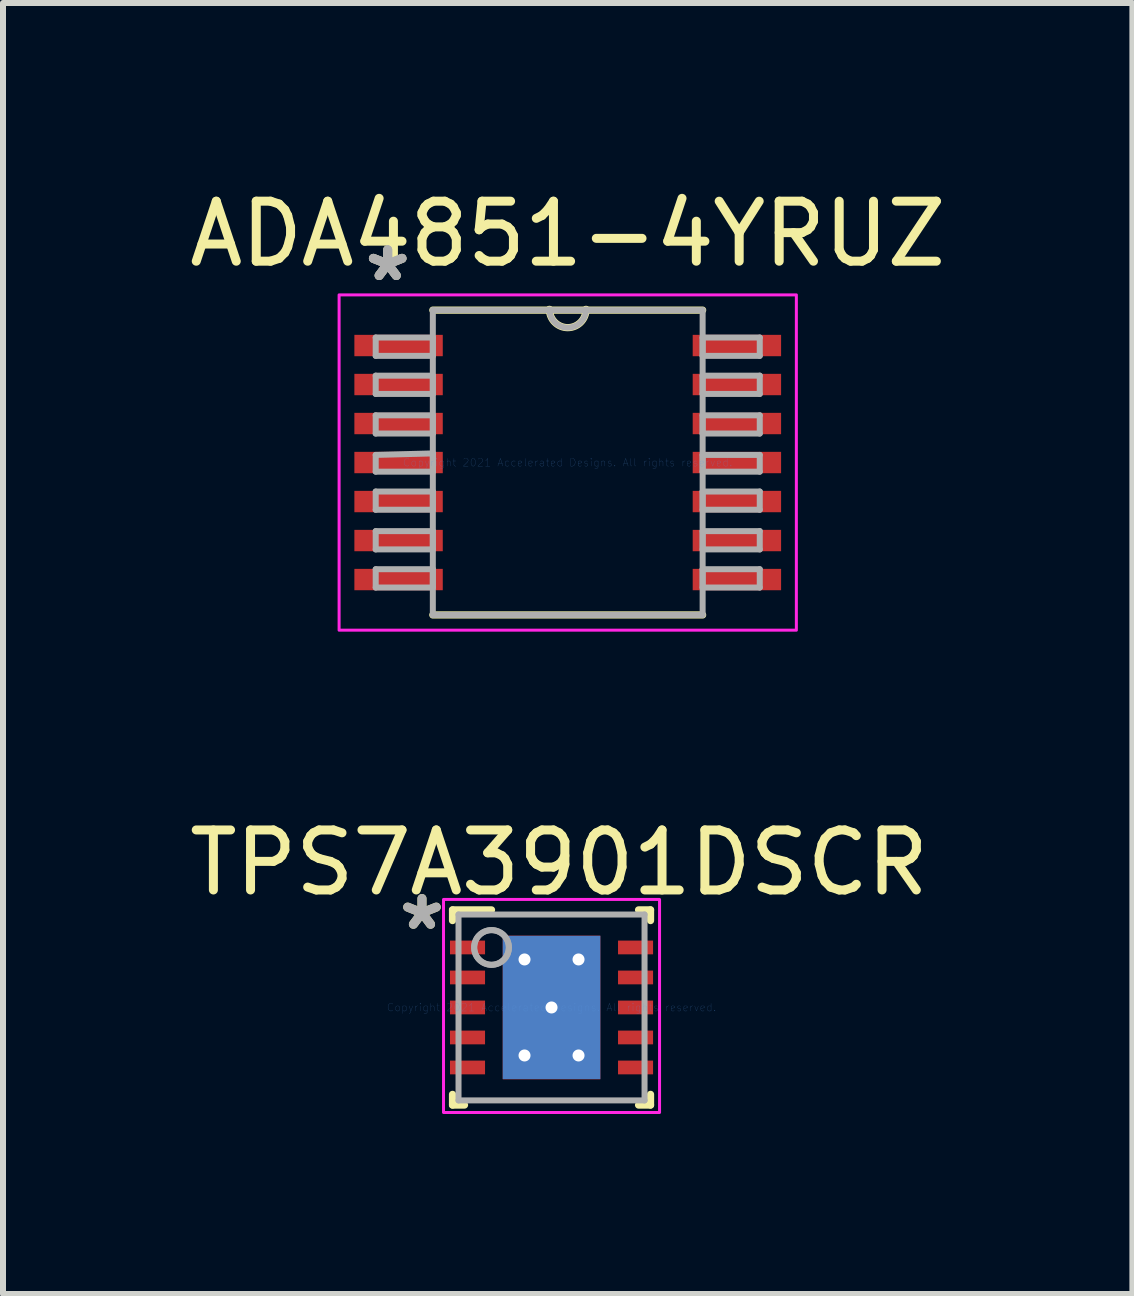
<source format=kicad_pcb>
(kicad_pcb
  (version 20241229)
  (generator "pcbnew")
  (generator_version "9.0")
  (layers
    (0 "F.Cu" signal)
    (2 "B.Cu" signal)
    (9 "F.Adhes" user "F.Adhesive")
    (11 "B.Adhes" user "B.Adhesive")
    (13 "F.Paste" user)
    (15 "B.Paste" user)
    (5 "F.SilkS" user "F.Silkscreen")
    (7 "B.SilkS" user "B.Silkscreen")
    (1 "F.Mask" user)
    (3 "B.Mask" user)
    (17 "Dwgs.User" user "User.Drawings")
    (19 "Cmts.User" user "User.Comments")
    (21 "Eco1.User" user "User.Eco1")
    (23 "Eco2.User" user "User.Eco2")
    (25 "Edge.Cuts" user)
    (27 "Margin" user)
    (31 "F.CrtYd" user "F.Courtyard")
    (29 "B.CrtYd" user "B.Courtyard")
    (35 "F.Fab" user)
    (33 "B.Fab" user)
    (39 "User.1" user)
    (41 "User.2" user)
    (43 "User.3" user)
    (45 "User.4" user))
  (footprint "TPS7A3901DSCR"
    (layer "F.Cu")
    (at 6.141 13.739)
    (property "Reference" "TPS7A3901DSCR" (at 0.127 -2.413 0) (layer "F.SilkS") (effects (font (size 1 1) (thickness 0.15))))
    (attr through_hole)
    (fp_line (start -1.65 -1.626) (end -1 -1.626) (stroke (width 0.12) (type solid)) (layer "F.SilkS"))
    (fp_line (start -1.65 -1.448) (end -1.65 -1.626) (stroke (width 0.12) (type solid)) (layer "F.SilkS"))
    (fp_line (start -1.65 1.626) (end -1.65 1.448) (stroke (width 0.12) (type solid)) (layer "F.SilkS"))
    (fp_line (start -1.65 1.626) (end -1.45 1.626) (stroke (width 0.12) (type solid)) (layer "F.SilkS"))
    (fp_line (start 1.45 -1.626) (end 1.65 -1.626) (stroke (width 0.12) (type solid)) (layer "F.SilkS"))
    (fp_line (start 1.45 1.626) (end 1.65 1.626) (stroke (width 0.12) (type solid)) (layer "F.SilkS"))
    (fp_line (start 1.65 -1.448) (end 1.65 -1.626) (stroke (width 0.12) (type solid)) (layer "F.SilkS"))
    (fp_line (start 1.65 1.626) (end 1.65 1.448) (stroke (width 0.12) (type solid)) (layer "F.SilkS"))
    (fp_rect (start -1.8 -1.8) (end 1.8 1.75) (stroke (width 0.05) (type solid)) (fill no) (layer "F.CrtYd"))
    (fp_line (start -1.55 -1.549) (end 1.55 -1.549) (stroke (width 0.1) (type solid)) (layer "F.Fab"))
    (fp_line (start -1.55 1.549) (end -1.55 -1.549) (stroke (width 0.1) (type solid)) (layer "F.Fab"))
    (fp_line (start -1.55 1.549) (end 1.55 1.549) (stroke (width 0.1) (type solid)) (layer "F.Fab"))
    (fp_line (start 1.55 1.549) (end 1.55 -1.549) (stroke (width 0.1) (type solid)) (layer "F.Fab"))
    (fp_circle (center -1 -1) (end -0.711 -1) (stroke (width 0.1) (type solid)) (fill no) (layer "F.Fab"))
    (fp_circle (center -1 -1) (end -0.711 -1) (stroke (width 0.1) (type solid)) (fill no) (layer "F.Fab"))
    (fp_text user "*" (at -2.159 -1.27 0) (layer "F.SilkS") (effects (font (size 1 1) (thickness 0.15))))
    (fp_text user "Copyright 2021 Accelerated Designs. All rights reserved." (at 0 0 0) (layer "Cmts.User") (effects (font (size 0.127 0.127) (thickness 0.002))))
    (fp_text user "*" (at -2.159 -1.27 0) (layer "F.Fab") (effects (font (size 1 1) (thickness 0.15))))
    (pad "1" smd rect (at -1.4 -1) (size 0.584 0.229) (layers "F.Cu" "F.Mask" "F.Paste"))
    (pad "2" smd rect (at -1.4 -0.5) (size 0.584 0.229) (layers "F.Cu" "F.Mask" "F.Paste"))
    (pad "3" smd rect (at -1.4 0) (size 0.584 0.229) (layers "F.Cu" "F.Mask" "F.Paste"))
    (pad "4" smd rect (at -1.4 0.5) (size 0.584 0.229) (layers "F.Cu" "F.Mask" "F.Paste"))
    (pad "5" smd rect (at -1.4 1) (size 0.584 0.229) (layers "F.Cu" "F.Mask" "F.Paste"))
    (pad "6" smd rect (at 1.4 1) (size 0.584 0.229) (layers "F.Cu" "F.Mask" "F.Paste"))
    (pad "7" smd rect (at 1.4 0.5) (size 0.584 0.229) (layers "F.Cu" "F.Mask" "F.Paste"))
    (pad "8" smd rect (at 1.4 0) (size 0.584 0.229) (layers "F.Cu" "F.Mask" "F.Paste"))
    (pad "9" smd rect (at 1.4 -0.5) (size 0.584 0.229) (layers "F.Cu" "F.Mask" "F.Paste"))
    (pad "10" smd rect (at 1.4 -1) (size 0.584 0.229) (layers "F.Cu" "F.Mask" "F.Paste"))
    (pad "11" thru_hole circle (at -0.45 -0.8) (size 0.5 0.5) (drill 0.2) (layers "*.Cu" "*.Mask"))
    (pad "11" thru_hole circle (at -0.45 0.8) (size 0.5 0.5) (drill 0.2) (layers "*.Cu" "*.Mask"))
    (pad "11" thru_hole circle (at 0 0) (size 0.5 0.5) (drill 0.2) (layers "*.Cu" "*.Mask"))
    (pad "11" smd rect (at 0 0) (size 1.626 2.388) (layers "F.Mask" "B.Cu"))
    (pad "11" smd rect (at 0 0) (size 1.626 2.394) (layers "F.Cu" "F.Mask" "F.Paste"))
    (pad "11" thru_hole circle (at 0.45 -0.8) (size 0.5 0.5) (drill 0.2) (layers "*.Cu" "*.Mask"))
    (pad "11" thru_hole circle (at 0.45 0.8) (size 0.5 0.5) (drill 0.2) (layers "*.Cu" "*.Mask")))
  (footprint "ADA4851-4YRUZ"
    (layer "F.Cu")
    (at 6.411 4.658)
    (property "Reference" "ADA4851-4YRUZ" (at 0 -3.81 0) (layer "F.SilkS") (effects (font (size 1 1) (thickness 0.15))))
    (attr smd)
    (fp_line (start -2.248 2.54) (end 2.248 2.54) (stroke (width 0.12) (type solid)) (layer "F.SilkS"))
    (fp_line (start 2.248 -2.54) (end -2.248 -2.54) (stroke (width 0.12) (type solid)) (layer "F.SilkS"))
    (fp_arc (start 0.3048 -2.5527) (mid 0 -2.2479) (end -0.3048 -2.5527) (stroke (width 0.12) (type solid)) (layer "F.SilkS"))
    (fp_rect (start -3.81 -2.794) (end 3.81 2.794) (stroke (width 0.05) (type solid)) (fill no) (layer "F.CrtYd"))
    (fp_line (start -3.2 -2.083) (end -3.2 -1.778) (stroke (width 0.1) (type solid)) (layer "F.Fab"))
    (fp_line (start -3.2 -1.778) (end -2.248 -1.778) (stroke (width 0.1) (type solid)) (layer "F.Fab"))
    (fp_line (start -3.2 -1.448) (end -3.2 -1.143) (stroke (width 0.1) (type solid)) (layer "F.Fab"))
    (fp_line (start -3.2 -1.143) (end -2.248 -1.143) (stroke (width 0.1) (type solid)) (layer "F.Fab"))
    (fp_line (start -3.2 -0.787) (end -3.2 -0.483) (stroke (width 0.1) (type solid)) (layer "F.Fab"))
    (fp_line (start -3.2 -0.483) (end -2.248 -0.483) (stroke (width 0.1) (type solid)) (layer "F.Fab"))
    (fp_line (start -3.2 -0.127) (end -3.2 0.152) (stroke (width 0.1) (type solid)) (layer "F.Fab"))
    (fp_line (start -3.2 0.152) (end -2.248 0.152) (stroke (width 0.1) (type solid)) (layer "F.Fab"))
    (fp_line (start -3.2 0.483) (end -3.2 0.787) (stroke (width 0.1) (type solid)) (layer "F.Fab"))
    (fp_line (start -3.2 0.787) (end -2.248 0.787) (stroke (width 0.1) (type solid)) (layer "F.Fab"))
    (fp_line (start -3.2 1.143) (end -3.2 1.448) (stroke (width 0.1) (type solid)) (layer "F.Fab"))
    (fp_line (start -3.2 1.448) (end -2.248 1.448) (stroke (width 0.1) (type solid)) (layer "F.Fab"))
    (fp_line (start -3.2 1.778) (end -3.2 2.083) (stroke (width 0.1) (type solid)) (layer "F.Fab"))
    (fp_line (start -3.2 2.083) (end -2.248 2.083) (stroke (width 0.1) (type solid)) (layer "F.Fab"))
    (fp_line (start -2.248 -2.54) (end -2.248 2.54) (stroke (width 0.1) (type solid)) (layer "F.Fab"))
    (fp_line (start -2.248 -2.083) (end -3.2 -2.083) (stroke (width 0.1) (type solid)) (layer "F.Fab"))
    (fp_line (start -2.248 -1.778) (end -2.248 -2.083) (stroke (width 0.1) (type solid)) (layer "F.Fab"))
    (fp_line (start -2.248 -1.448) (end -3.2 -1.448) (stroke (width 0.1) (type solid)) (layer "F.Fab"))
    (fp_line (start -2.248 -1.143) (end -2.248 -1.448) (stroke (width 0.1) (type solid)) (layer "F.Fab"))
    (fp_line (start -2.248 -0.787) (end -3.2 -0.787) (stroke (width 0.1) (type solid)) (layer "F.Fab"))
    (fp_line (start -2.248 -0.483) (end -2.248 -0.787) (stroke (width 0.1) (type solid)) (layer "F.Fab"))
    (fp_line (start -2.248 -0.152) (end -3.2 -0.127) (stroke (width 0.1) (type solid)) (layer "F.Fab"))
    (fp_line (start -2.248 0.152) (end -2.248 -0.152) (stroke (width 0.1) (type solid)) (layer "F.Fab"))
    (fp_line (start -2.248 0.483) (end -3.2 0.483) (stroke (width 0.1) (type solid)) (layer "F.Fab"))
    (fp_line (start -2.248 0.787) (end -2.248 0.483) (stroke (width 0.1) (type solid)) (layer "F.Fab"))
    (fp_line (start -2.248 1.143) (end -3.2 1.143) (stroke (width 0.1) (type solid)) (layer "F.Fab"))
    (fp_line (start -2.248 1.448) (end -2.248 1.143) (stroke (width 0.1) (type solid)) (layer "F.Fab"))
    (fp_line (start -2.248 1.778) (end -3.2 1.778) (stroke (width 0.1) (type solid)) (layer "F.Fab"))
    (fp_line (start -2.248 2.083) (end -2.248 1.778) (stroke (width 0.1) (type solid)) (layer "F.Fab"))
    (fp_line (start -2.248 2.54) (end 2.248 2.54) (stroke (width 0.1) (type solid)) (layer "F.Fab"))
    (fp_line (start 2.248 -2.54) (end -2.248 -2.54) (stroke (width 0.1) (type solid)) (layer "F.Fab"))
    (fp_line (start 2.248 -2.083) (end 2.248 -1.778) (stroke (width 0.1) (type solid)) (layer "F.Fab"))
    (fp_line (start 2.248 -1.778) (end 3.2 -1.778) (stroke (width 0.1) (type solid)) (layer "F.Fab"))
    (fp_line (start 2.248 -1.448) (end 2.248 -1.143) (stroke (width 0.1) (type solid)) (layer "F.Fab"))
    (fp_line (start 2.248 -1.143) (end 3.2 -1.143) (stroke (width 0.1) (type solid)) (layer "F.Fab"))
    (fp_line (start 2.248 -0.787) (end 2.248 -0.483) (stroke (width 0.1) (type solid)) (layer "F.Fab"))
    (fp_line (start 2.248 -0.483) (end 3.2 -0.483) (stroke (width 0.1) (type solid)) (layer "F.Fab"))
    (fp_line (start 2.248 -0.127) (end 2.248 0.152) (stroke (width 0.1) (type solid)) (layer "F.Fab"))
    (fp_line (start 2.248 0.152) (end 3.2 0.152) (stroke (width 0.1) (type solid)) (layer "F.Fab"))
    (fp_line (start 2.248 0.483) (end 2.248 0.787) (stroke (width 0.1) (type solid)) (layer "F.Fab"))
    (fp_line (start 2.248 0.787) (end 3.2 0.787) (stroke (width 0.1) (type solid)) (layer "F.Fab"))
    (fp_line (start 2.248 1.143) (end 2.248 1.448) (stroke (width 0.1) (type solid)) (layer "F.Fab"))
    (fp_line (start 2.248 1.448) (end 3.2 1.448) (stroke (width 0.1) (type solid)) (layer "F.Fab"))
    (fp_line (start 2.248 1.778) (end 2.248 2.083) (stroke (width 0.1) (type solid)) (layer "F.Fab"))
    (fp_line (start 2.248 2.083) (end 3.2 2.083) (stroke (width 0.1) (type solid)) (layer "F.Fab"))
    (fp_line (start 2.248 2.54) (end 2.248 -2.54) (stroke (width 0.1) (type solid)) (layer "F.Fab"))
    (fp_line (start 3.2 -2.083) (end 2.248 -2.083) (stroke (width 0.1) (type solid)) (layer "F.Fab"))
    (fp_line (start 3.2 -1.778) (end 3.2 -2.083) (stroke (width 0.1) (type solid)) (layer "F.Fab"))
    (fp_line (start 3.2 -1.448) (end 2.248 -1.448) (stroke (width 0.1) (type solid)) (layer "F.Fab"))
    (fp_line (start 3.2 -1.143) (end 3.2 -1.448) (stroke (width 0.1) (type solid)) (layer "F.Fab"))
    (fp_line (start 3.2 -0.787) (end 2.248 -0.787) (stroke (width 0.1) (type solid)) (layer "F.Fab"))
    (fp_line (start 3.2 -0.483) (end 3.2 -0.787) (stroke (width 0.1) (type solid)) (layer "F.Fab"))
    (fp_line (start 3.2 -0.127) (end 2.248 -0.127) (stroke (width 0.1) (type solid)) (layer "F.Fab"))
    (fp_line (start 3.2 0.152) (end 3.2 -0.127) (stroke (width 0.1) (type solid)) (layer "F.Fab"))
    (fp_line (start 3.2 0.483) (end 2.248 0.483) (stroke (width 0.1) (type solid)) (layer "F.Fab"))
    (fp_line (start 3.2 0.787) (end 3.2 0.483) (stroke (width 0.1) (type solid)) (layer "F.Fab"))
    (fp_line (start 3.2 1.143) (end 2.248 1.143) (stroke (width 0.1) (type solid)) (layer "F.Fab"))
    (fp_line (start 3.2 1.448) (end 3.2 1.143) (stroke (width 0.1) (type solid)) (layer "F.Fab"))
    (fp_line (start 3.2 1.778) (end 2.248 1.778) (stroke (width 0.1) (type solid)) (layer "F.Fab"))
    (fp_line (start 3.2 2.083) (end 3.2 1.778) (stroke (width 0.1) (type solid)) (layer "F.Fab"))
    (fp_arc (start 0.3048 -2.5527) (mid 0 -2.2479) (end -0.3048 -2.5527) (stroke (width 0.1) (type solid)) (layer "F.Fab"))
    (fp_text user "*" (at -3 -3 0) (layer "F.SilkS") (effects (font (size 1 1) (thickness 0.15))))
    (fp_text user "Copyright 2021 Accelerated Designs. All rights reserved." (at 0 0 0) (layer "Cmts.User") (effects (font (size 0.127 0.127) (thickness 0.002))))
    (fp_text user "*" (at -3 -3 0) (layer "F.Fab") (effects (font (size 1 1) (thickness 0.15))))
    (fp_text user "*" (at -3 -3 0) (layer "F.Fab") (effects (font (size 1 1) (thickness 0.15))))
    (pad "1" smd rect (at -2.819 -1.95) (size 1.473 0.356) (layers "F.Cu" "F.Mask" "F.Paste"))
    (pad "2" smd rect (at -2.819 -1.3) (size 1.473 0.356) (layers "F.Cu" "F.Mask" "F.Paste"))
    (pad "3" smd rect (at -2.819 -0.65) (size 1.473 0.356) (layers "F.Cu" "F.Mask" "F.Paste"))
    (pad "4" smd rect (at -2.819 0) (size 1.473 0.356) (layers "F.Cu" "F.Mask" "F.Paste"))
    (pad "5" smd rect (at -2.819 0.65) (size 1.473 0.356) (layers "F.Cu" "F.Mask" "F.Paste"))
    (pad "6" smd rect (at -2.819 1.3) (size 1.473 0.356) (layers "F.Cu" "F.Mask" "F.Paste"))
    (pad "7" smd rect (at -2.819 1.95) (size 1.473 0.356) (layers "F.Cu" "F.Mask" "F.Paste"))
    (pad "8" smd rect (at 2.819 1.95) (size 1.473 0.356) (layers "F.Cu" "F.Mask" "F.Paste"))
    (pad "9" smd rect (at 2.819 1.3) (size 1.473 0.356) (layers "F.Cu" "F.Mask" "F.Paste"))
    (pad "10" smd rect (at 2.819 0.65) (size 1.473 0.356) (layers "F.Cu" "F.Mask" "F.Paste"))
    (pad "11" smd rect (at 2.819 0) (size 1.473 0.356) (layers "F.Cu" "F.Mask" "F.Paste"))
    (pad "12" smd rect (at 2.819 -0.65) (size 1.473 0.356) (layers "F.Cu" "F.Mask" "F.Paste"))
    (pad "13" smd rect (at 2.819 -1.3) (size 1.473 0.356) (layers "F.Cu" "F.Mask" "F.Paste"))
    (pad "14" smd rect (at 2.819 -1.95) (size 1.473 0.356) (layers "F.Cu" "F.Mask" "F.Paste")))
  (gr_rect
    (start -3 -3)
    (end 15.821 18.514)
    (stroke (width 0.1) (type default))
    (fill no)
    (layer "Edge.Cuts")))
</source>
